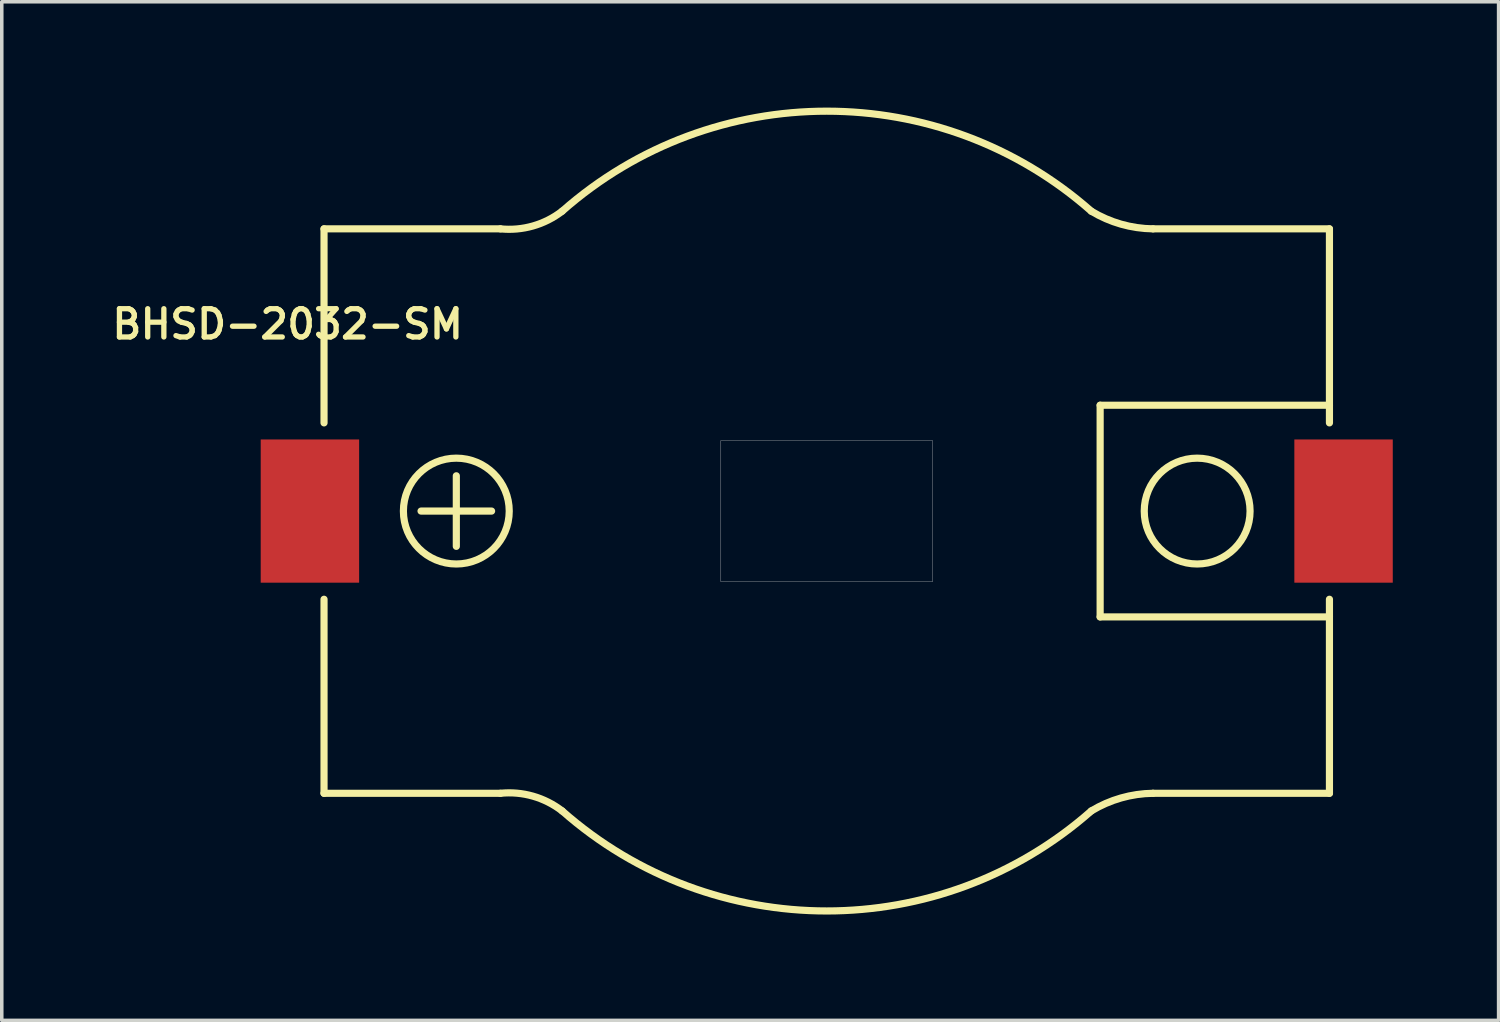
<source format=kicad_pcb>
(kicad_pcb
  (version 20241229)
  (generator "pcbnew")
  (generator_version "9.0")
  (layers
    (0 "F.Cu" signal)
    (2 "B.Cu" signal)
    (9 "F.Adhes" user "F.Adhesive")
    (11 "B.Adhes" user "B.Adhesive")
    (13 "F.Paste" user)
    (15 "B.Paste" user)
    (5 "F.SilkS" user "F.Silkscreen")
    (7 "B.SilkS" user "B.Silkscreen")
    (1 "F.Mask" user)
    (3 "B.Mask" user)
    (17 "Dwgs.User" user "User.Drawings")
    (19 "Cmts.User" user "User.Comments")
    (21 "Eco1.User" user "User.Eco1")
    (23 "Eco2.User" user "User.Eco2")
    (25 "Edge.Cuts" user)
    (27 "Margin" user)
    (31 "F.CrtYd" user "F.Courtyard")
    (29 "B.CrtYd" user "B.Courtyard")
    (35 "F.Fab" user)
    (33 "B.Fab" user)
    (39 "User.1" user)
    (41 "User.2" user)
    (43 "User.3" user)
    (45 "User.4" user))
  (footprint "BHSD-2032-SM"
    (layer "F.Cu")
    (at 20.385 11.437)
    (property "Reference" "BHSD-2032-SM" (at -15.281 -5.298 180) (layer "F.SilkS") (effects (font (size 0.801 0.801) (thickness 0.15))))
    (attr smd)
    (fp_line (start -14.25 -8) (end -14.25 -2.5) (stroke (width 0.203) (type solid)) (layer "F.SilkS"))
    (fp_line (start -14.25 2.5) (end -14.25 8) (stroke (width 0.203) (type solid)) (layer "F.SilkS"))
    (fp_line (start -14.25 8) (end -9.25 8) (stroke (width 0.203) (type solid)) (layer "F.SilkS"))
    (fp_line (start -10.5 0) (end -11.5 0) (stroke (width 0.203) (type solid)) (layer "F.SilkS"))
    (fp_line (start -10.5 0) (end -10.5 -1) (stroke (width 0.203) (type solid)) (layer "F.SilkS"))
    (fp_line (start -10.5 0) (end -9.5 0) (stroke (width 0.203) (type solid)) (layer "F.SilkS"))
    (fp_line (start -10.5 1) (end -10.5 0) (stroke (width 0.203) (type solid)) (layer "F.SilkS"))
    (fp_line (start -9.25 -8) (end -14.25 -8) (stroke (width 0.203) (type solid)) (layer "F.SilkS"))
    (fp_line (start 7.75 -3) (end 7.75 3) (stroke (width 0.203) (type solid)) (layer "F.SilkS"))
    (fp_line (start 7.75 3) (end 14.25 3) (stroke (width 0.203) (type solid)) (layer "F.SilkS"))
    (fp_line (start 9.25 -8) (end 14.25 -8) (stroke (width 0.203) (type solid)) (layer "F.SilkS"))
    (fp_line (start 9.25 8) (end 14.25 8) (stroke (width 0.203) (type solid)) (layer "F.SilkS"))
    (fp_line (start 14.25 -8) (end 14.25 -3) (stroke (width 0.203) (type solid)) (layer "F.SilkS"))
    (fp_line (start 14.25 -3) (end 7.75 -3) (stroke (width 0.203) (type solid)) (layer "F.SilkS"))
    (fp_line (start 14.25 -3) (end 14.25 -2.5) (stroke (width 0.203) (type solid)) (layer "F.SilkS"))
    (fp_line (start 14.25 2.5) (end 14.25 3) (stroke (width 0.203) (type solid)) (layer "F.SilkS"))
    (fp_line (start 14.25 3) (end 14.25 8) (stroke (width 0.203) (type solid)) (layer "F.SilkS"))
    (fp_arc (start -9.25 8) (mid -8.326854 8.08149) (end -7.5 8.5) (stroke (width 0.2032) (type solid)) (layer "F.SilkS"))
    (fp_arc (start -7.5 -8.5) (mid -8.326854 -8.081491) (end -9.25 -8) (stroke (width 0.2032) (type solid)) (layer "F.SilkS"))
    (fp_arc (start -7.5 -8.5) (mid 0 -11.335525) (end 7.5 -8.5) (stroke (width 0.2032) (type solid)) (layer "F.SilkS"))
    (fp_arc (start 7.5 8.5) (mid 0 11.335525) (end -7.5 8.5) (stroke (width 0.2032) (type solid)) (layer "F.SilkS"))
    (fp_arc (start 7.5 8.5) (mid 8.34152 8.132821) (end 9.25 8) (stroke (width 0.2032) (type solid)) (layer "F.SilkS"))
    (fp_arc (start 9.25 -8) (mid 8.34152 -8.132822) (end 7.5 -8.5) (stroke (width 0.2032) (type solid)) (layer "F.SilkS"))
    (fp_circle (center -10.5 0) (end -9 0) (stroke (width 0.203) (type solid)) (fill no) (layer "F.SilkS"))
    (fp_circle (center 10.5 0) (end 12 0) (stroke (width 0.203) (type solid)) (fill no) (layer "F.SilkS"))
    (fp_poly (pts (xy -3.002 -2) (xy 3 -2) (xy 3 2.002) (xy -3.002 2.002)) (stroke (width 0.01) (type solid)) (fill no) (layer "Dwgs.User"))
    (pad "+" smd rect (at -14.65 0) (size 2.79 4.06) (layers "F.Cu" "F.Mask" "F.Paste"))
    (pad "-" smd rect (at 14.65 0) (size 2.79 4.06) (layers "F.Cu" "F.Mask" "F.Paste")))
  (gr_rect
    (start -3 -3)
    (end 39.43 25.874)
    (stroke (width 0.1) (type default))
    (fill no)
    (layer "Edge.Cuts")))
</source>
